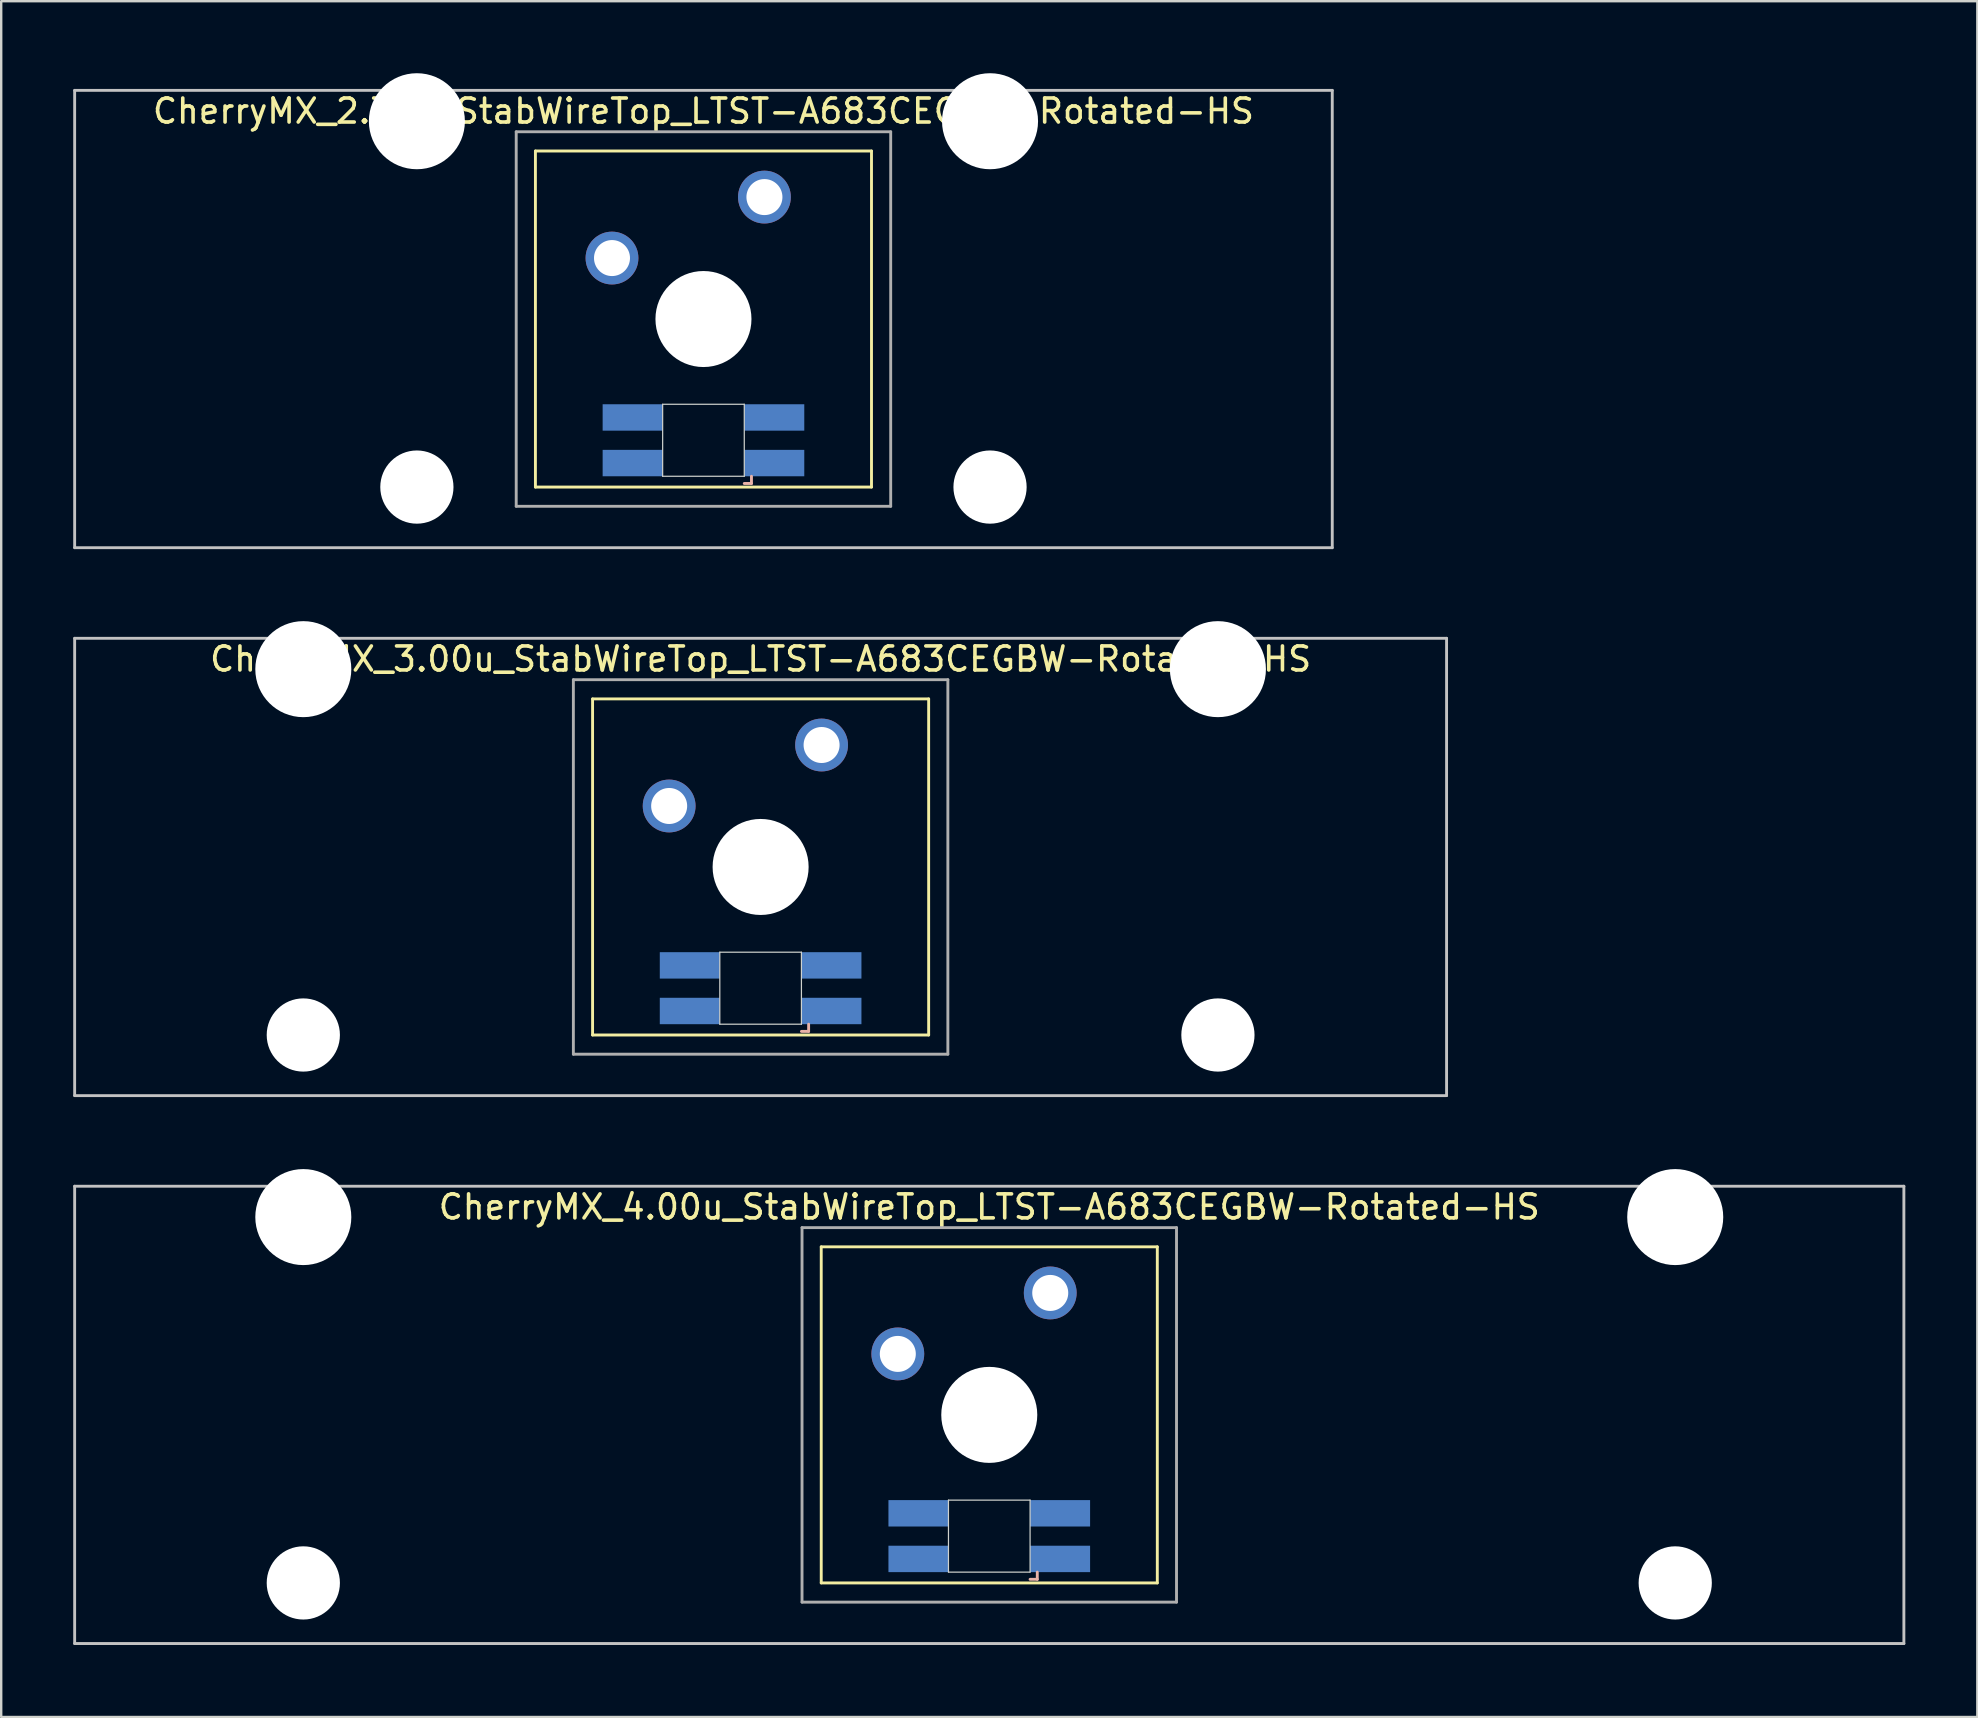
<source format=kicad_pcb>
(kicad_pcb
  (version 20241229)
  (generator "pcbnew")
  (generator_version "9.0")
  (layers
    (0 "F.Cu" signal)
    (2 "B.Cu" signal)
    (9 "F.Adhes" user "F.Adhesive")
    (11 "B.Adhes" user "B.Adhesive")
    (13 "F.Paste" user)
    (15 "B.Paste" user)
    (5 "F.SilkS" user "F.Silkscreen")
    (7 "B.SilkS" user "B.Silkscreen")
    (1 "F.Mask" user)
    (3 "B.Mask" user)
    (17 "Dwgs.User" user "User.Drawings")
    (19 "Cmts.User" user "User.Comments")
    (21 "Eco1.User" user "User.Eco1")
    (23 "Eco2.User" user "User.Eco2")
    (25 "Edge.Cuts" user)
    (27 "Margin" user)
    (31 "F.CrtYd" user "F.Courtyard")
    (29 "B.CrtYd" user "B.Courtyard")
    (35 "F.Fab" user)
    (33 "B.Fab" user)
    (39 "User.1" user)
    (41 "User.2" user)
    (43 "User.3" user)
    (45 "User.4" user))
  (footprint "CherryMX_4.00u_StabWireTop_LTST-A683CEGBW-Rotated-HS"
    (layer "F.Cu")
    (at 38.16 55.89)
    (property "Reference" "CherryMX_4.00u_StabWireTop_LTST-A683CEGBW-Rotated-HS" (at 0 -8.662 0) (layer "F.SilkS") (effects (font (size 1 1) (thickness 0.15))))
    (attr through_hole)
    (fp_line (start -7 -7) (end -7 7) (stroke (width 0.12) (type solid)) (layer "F.SilkS"))
    (fp_line (start -7 -7) (end 7 -7) (stroke (width 0.12) (type solid)) (layer "F.SilkS"))
    (fp_line (start 7 -7) (end 7 7) (stroke (width 0.12) (type solid)) (layer "F.SilkS"))
    (fp_line (start 7 7) (end -7 7) (stroke (width 0.12) (type solid)) (layer "F.SilkS"))
    (fp_line (start 1.7 6.85) (end 2 6.85) (stroke (width 0.12) (type solid)) (layer "B.SilkS"))
    (fp_line (start 2 6.85) (end 2 6.55) (stroke (width 0.12) (type solid)) (layer "B.SilkS"))
    (fp_line (start -38.1 -9.525) (end 38.1 -9.525) (stroke (width 0.12) (type solid)) (layer "Dwgs.User"))
    (fp_line (start -38.1 9.525) (end -38.1 -9.525) (stroke (width 0.12) (type solid)) (layer "Dwgs.User"))
    (fp_line (start 38.1 -9.525) (end 38.1 9.525) (stroke (width 0.12) (type solid)) (layer "Dwgs.User"))
    (fp_line (start 38.1 9.525) (end -38.1 9.525) (stroke (width 0.12) (type solid)) (layer "Dwgs.User"))
    (fp_line (start -1.7 3.55) (end 1.7 3.55) (stroke (width 0.05) (type solid)) (layer "Edge.Cuts"))
    (fp_line (start -1.7 6.55) (end -1.7 3.55) (stroke (width 0.05) (type solid)) (layer "Edge.Cuts"))
    (fp_line (start 1.7 3.55) (end 1.7 6.55) (stroke (width 0.05) (type solid)) (layer "Edge.Cuts"))
    (fp_line (start 1.7 6.55) (end -1.7 6.55) (stroke (width 0.05) (type solid)) (layer "Edge.Cuts"))
    (fp_line (start -7.8 -7.8) (end -7.8 7.8) (stroke (width 0.12) (type solid)) (layer "F.Fab"))
    (fp_line (start -7.8 -7.8) (end 7.8 -7.8) (stroke (width 0.12) (type solid)) (layer "F.Fab"))
    (fp_line (start -7.8 7.8) (end 7.8 7.8) (stroke (width 0.12) (type solid)) (layer "F.Fab"))
    (fp_line (start 7.8 -7.8) (end 7.8 7.8) (stroke (width 0.12) (type solid)) (layer "F.Fab"))
    (pad "" np_thru_hole circle (at -28.575 -8.24) (size 4 4) (drill 4) (layers "*.Cu" "*.Mask"))
    (pad "" np_thru_hole circle (at -28.575 7) (size 3.05 3.05) (drill 3.05) (layers "*.Cu" "*.Mask"))
    (pad "" np_thru_hole circle (at 0 0) (size 4 4) (drill 4) (layers "*.Cu" "*.Mask"))
    (pad "" np_thru_hole circle (at 28.575 -8.24) (size 4 4) (drill 4) (layers "*.Cu" "*.Mask"))
    (pad "" np_thru_hole circle (at 28.575 7) (size 3.05 3.05) (drill 3.05) (layers "*.Cu" "*.Mask"))
    (pad "1" thru_hole circle (at -3.81 -2.54) (size 2.2 2.2) (drill 1.5) (layers "*.Cu" "*.Mask"))
    (pad "2" thru_hole circle (at 2.54 -5.08) (size 2.2 2.2) (drill 1.5) (layers "*.Cu" "*.Mask"))
    (pad "3" smd rect (at 2.95 6) (size 2.5 1.1) (layers "B.Cu" "B.Mask" "B.Paste"))
    (pad "4" smd rect (at 2.95 4.1) (size 2.5 1.1) (layers "B.Cu" "B.Mask" "B.Paste"))
    (pad "5" smd rect (at -2.95 6) (size 2.5 1.1) (layers "B.Cu" "B.Mask" "B.Paste"))
    (pad "6" smd rect (at -2.95 4.1) (size 2.5 1.1) (layers "B.Cu" "B.Mask" "B.Paste")))
  (footprint "CherryMX_3.00u_StabWireTop_LTST-A683CEGBW-Rotated-HS"
    (layer "F.Cu")
    (at 28.635 33.065)
    (property "Reference" "CherryMX_3.00u_StabWireTop_LTST-A683CEGBW-Rotated-HS" (at 0 -8.662 0) (layer "F.SilkS") (effects (font (size 1 1) (thickness 0.15))))
    (attr through_hole)
    (fp_line (start -7 -7) (end -7 7) (stroke (width 0.12) (type solid)) (layer "F.SilkS"))
    (fp_line (start -7 -7) (end 7 -7) (stroke (width 0.12) (type solid)) (layer "F.SilkS"))
    (fp_line (start 7 -7) (end 7 7) (stroke (width 0.12) (type solid)) (layer "F.SilkS"))
    (fp_line (start 7 7) (end -7 7) (stroke (width 0.12) (type solid)) (layer "F.SilkS"))
    (fp_line (start 1.7 6.85) (end 2 6.85) (stroke (width 0.12) (type solid)) (layer "B.SilkS"))
    (fp_line (start 2 6.85) (end 2 6.55) (stroke (width 0.12) (type solid)) (layer "B.SilkS"))
    (fp_line (start -28.575 -9.525) (end 28.575 -9.525) (stroke (width 0.12) (type solid)) (layer "Dwgs.User"))
    (fp_line (start -28.575 9.525) (end -28.575 -9.525) (stroke (width 0.12) (type solid)) (layer "Dwgs.User"))
    (fp_line (start 28.575 -9.525) (end 28.575 9.525) (stroke (width 0.12) (type solid)) (layer "Dwgs.User"))
    (fp_line (start 28.575 9.525) (end -28.575 9.525) (stroke (width 0.12) (type solid)) (layer "Dwgs.User"))
    (fp_line (start -1.7 3.55) (end 1.7 3.55) (stroke (width 0.05) (type solid)) (layer "Edge.Cuts"))
    (fp_line (start -1.7 6.55) (end -1.7 3.55) (stroke (width 0.05) (type solid)) (layer "Edge.Cuts"))
    (fp_line (start 1.7 3.55) (end 1.7 6.55) (stroke (width 0.05) (type solid)) (layer "Edge.Cuts"))
    (fp_line (start 1.7 6.55) (end -1.7 6.55) (stroke (width 0.05) (type solid)) (layer "Edge.Cuts"))
    (fp_line (start -7.8 -7.8) (end -7.8 7.8) (stroke (width 0.12) (type solid)) (layer "F.Fab"))
    (fp_line (start -7.8 -7.8) (end 7.8 -7.8) (stroke (width 0.12) (type solid)) (layer "F.Fab"))
    (fp_line (start -7.8 7.8) (end 7.8 7.8) (stroke (width 0.12) (type solid)) (layer "F.Fab"))
    (fp_line (start 7.8 -7.8) (end 7.8 7.8) (stroke (width 0.12) (type solid)) (layer "F.Fab"))
    (pad "" np_thru_hole circle (at -19.05 -8.24) (size 4 4) (drill 4) (layers "*.Cu" "*.Mask"))
    (pad "" np_thru_hole circle (at -19.05 7) (size 3.05 3.05) (drill 3.05) (layers "*.Cu" "*.Mask"))
    (pad "" np_thru_hole circle (at 0 0) (size 4 4) (drill 4) (layers "*.Cu" "*.Mask"))
    (pad "" np_thru_hole circle (at 19.05 -8.24) (size 4 4) (drill 4) (layers "*.Cu" "*.Mask"))
    (pad "" np_thru_hole circle (at 19.05 7) (size 3.05 3.05) (drill 3.05) (layers "*.Cu" "*.Mask"))
    (pad "1" thru_hole circle (at -3.81 -2.54) (size 2.2 2.2) (drill 1.5) (layers "*.Cu" "*.Mask"))
    (pad "2" thru_hole circle (at 2.54 -5.08) (size 2.2 2.2) (drill 1.5) (layers "*.Cu" "*.Mask"))
    (pad "3" smd rect (at 2.95 6) (size 2.5 1.1) (layers "B.Cu" "B.Mask" "B.Paste"))
    (pad "4" smd rect (at 2.95 4.1) (size 2.5 1.1) (layers "B.Cu" "B.Mask" "B.Paste"))
    (pad "5" smd rect (at -2.95 6) (size 2.5 1.1) (layers "B.Cu" "B.Mask" "B.Paste"))
    (pad "6" smd rect (at -2.95 4.1) (size 2.5 1.1) (layers "B.Cu" "B.Mask" "B.Paste")))
  (footprint "CherryMX_2.75u_StabWireTop_LTST-A683CEGBW-Rotated-HS"
    (layer "F.Cu")
    (at 26.254 10.24)
    (property "Reference" "CherryMX_2.75u_StabWireTop_LTST-A683CEGBW-Rotated-HS" (at 0 -8.662 0) (layer "F.SilkS") (effects (font (size 1 1) (thickness 0.15))))
    (attr through_hole)
    (fp_line (start -7 -7) (end -7 7) (stroke (width 0.12) (type solid)) (layer "F.SilkS"))
    (fp_line (start -7 -7) (end 7 -7) (stroke (width 0.12) (type solid)) (layer "F.SilkS"))
    (fp_line (start 7 -7) (end 7 7) (stroke (width 0.12) (type solid)) (layer "F.SilkS"))
    (fp_line (start 7 7) (end -7 7) (stroke (width 0.12) (type solid)) (layer "F.SilkS"))
    (fp_line (start 1.7 6.85) (end 2 6.85) (stroke (width 0.12) (type solid)) (layer "B.SilkS"))
    (fp_line (start 2 6.85) (end 2 6.55) (stroke (width 0.12) (type solid)) (layer "B.SilkS"))
    (fp_line (start -26.194 -9.525) (end 26.194 -9.525) (stroke (width 0.12) (type solid)) (layer "Dwgs.User"))
    (fp_line (start -26.194 9.525) (end -26.194 -9.525) (stroke (width 0.12) (type solid)) (layer "Dwgs.User"))
    (fp_line (start 26.194 -9.525) (end 26.194 9.525) (stroke (width 0.12) (type solid)) (layer "Dwgs.User"))
    (fp_line (start 26.194 9.525) (end -26.194 9.525) (stroke (width 0.12) (type solid)) (layer "Dwgs.User"))
    (fp_line (start -1.7 3.55) (end 1.7 3.55) (stroke (width 0.05) (type solid)) (layer "Edge.Cuts"))
    (fp_line (start -1.7 6.55) (end -1.7 3.55) (stroke (width 0.05) (type solid)) (layer "Edge.Cuts"))
    (fp_line (start 1.7 3.55) (end 1.7 6.55) (stroke (width 0.05) (type solid)) (layer "Edge.Cuts"))
    (fp_line (start 1.7 6.55) (end -1.7 6.55) (stroke (width 0.05) (type solid)) (layer "Edge.Cuts"))
    (fp_line (start -7.8 -7.8) (end -7.8 7.8) (stroke (width 0.12) (type solid)) (layer "F.Fab"))
    (fp_line (start -7.8 -7.8) (end 7.8 -7.8) (stroke (width 0.12) (type solid)) (layer "F.Fab"))
    (fp_line (start -7.8 7.8) (end 7.8 7.8) (stroke (width 0.12) (type solid)) (layer "F.Fab"))
    (fp_line (start 7.8 -7.8) (end 7.8 7.8) (stroke (width 0.12) (type solid)) (layer "F.Fab"))
    (pad "" np_thru_hole circle (at -11.938 -8.24) (size 4 4) (drill 4) (layers "*.Cu" "*.Mask"))
    (pad "" np_thru_hole circle (at -11.938 7) (size 3.05 3.05) (drill 3.05) (layers "*.Cu" "*.Mask"))
    (pad "" np_thru_hole circle (at 0 0) (size 4 4) (drill 4) (layers "*.Cu" "*.Mask"))
    (pad "" np_thru_hole circle (at 11.938 -8.24) (size 4 4) (drill 4) (layers "*.Cu" "*.Mask"))
    (pad "" np_thru_hole circle (at 11.938 7) (size 3.05 3.05) (drill 3.05) (layers "*.Cu" "*.Mask"))
    (pad "1" thru_hole circle (at -3.81 -2.54) (size 2.2 2.2) (drill 1.5) (layers "*.Cu" "*.Mask"))
    (pad "2" thru_hole circle (at 2.54 -5.08) (size 2.2 2.2) (drill 1.5) (layers "*.Cu" "*.Mask"))
    (pad "3" smd rect (at 2.95 6) (size 2.5 1.1) (layers "B.Cu" "B.Mask" "B.Paste"))
    (pad "4" smd rect (at 2.95 4.1) (size 2.5 1.1) (layers "B.Cu" "B.Mask" "B.Paste"))
    (pad "5" smd rect (at -2.95 6) (size 2.5 1.1) (layers "B.Cu" "B.Mask" "B.Paste"))
    (pad "6" smd rect (at -2.95 4.1) (size 2.5 1.1) (layers "B.Cu" "B.Mask" "B.Paste")))
  (gr_rect
    (start -3 -3)
    (end 79.32 68.475)
    (stroke (width 0.1) (type default))
    (fill no)
    (layer "Edge.Cuts")))
</source>
